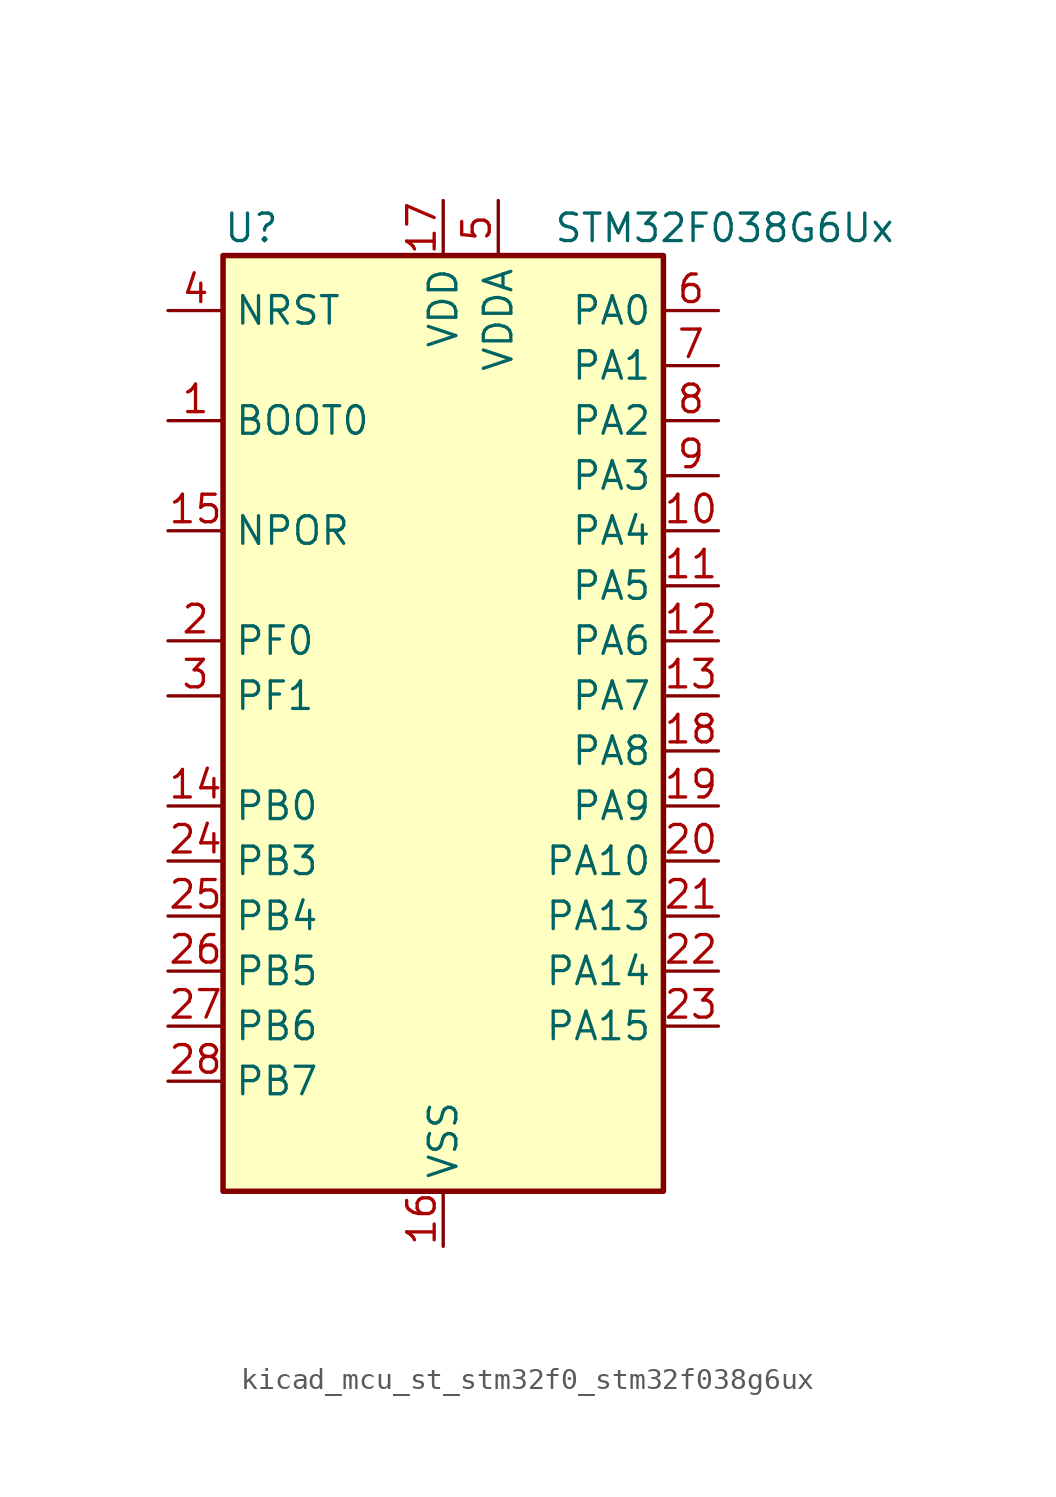
<source format=kicad_sym>
(kicad_symbol_lib
  (version 20220914)
  (generator kicad_symbol_editor)
  (symbol "kicad_mcu_st_stm32f0_stm32f038g6ux"
    (property "Reference" "U"
      (at -10.16 24.13 0)
      (effects (font (size 1.27 1.27)) (justify left)))
    (property "Value" "STM32F038G6Ux"
      (at 5.08 24.13 0)
      (effects (font (size 1.27 1.27)) (justify left)))
    (property "ki_locked" ""
      (at 0 0 0)
      (effects (font (size 1.27 1.27))))
    (symbol "kicad_mcu_st_stm32f0_stm32f038g6ux_0_1"
      (rectangle (start -10.16 -20.32) (end 10.16 22.86) (stroke (width 0.254) (type default)) (fill (type background))))
    (symbol "kicad_mcu_st_stm32f0_stm32f038g6ux_1_1"
      (pin input line (at -12.7 15.24 0) (length 2.54) (name "BOOT0" (effects (font (size 1.27 1.27)))) (number "1" (effects (font (size 1.27 1.27)))))
      (pin bidirectional line (at 12.7 10.16 180) (length 2.54) (name "PA4" (effects (font (size 1.27 1.27)))) (number "10" (effects (font (size 1.27 1.27)))) (alternate "ADC_IN4" bidirectional line) (alternate "I2S1_WS" bidirectional line) (alternate "SPI1_NSS" bidirectional line) (alternate "TIM14_CH1" bidirectional line) (alternate "USART1_CK" bidirectional line))
      (pin bidirectional line (at 12.7 7.62 180) (length 2.54) (name "PA5" (effects (font (size 1.27 1.27)))) (number "11" (effects (font (size 1.27 1.27)))) (alternate "ADC_IN5" bidirectional line) (alternate "I2S1_CK" bidirectional line) (alternate "SPI1_SCK" bidirectional line) (alternate "TIM2_CH1" bidirectional line) (alternate "TIM2_ETR" bidirectional line))
      (pin bidirectional line (at 12.7 5.08 180) (length 2.54) (name "PA6" (effects (font (size 1.27 1.27)))) (number "12" (effects (font (size 1.27 1.27)))) (alternate "ADC_IN6" bidirectional line) (alternate "I2S1_MCK" bidirectional line) (alternate "SPI1_MISO" bidirectional line) (alternate "TIM16_CH1" bidirectional line) (alternate "TIM1_BKIN" bidirectional line) (alternate "TIM3_CH1" bidirectional line))
      (pin bidirectional line (at 12.7 2.54 180) (length 2.54) (name "PA7" (effects (font (size 1.27 1.27)))) (number "13" (effects (font (size 1.27 1.27)))) (alternate "ADC_IN7" bidirectional line) (alternate "I2S1_SD" bidirectional line) (alternate "SPI1_MOSI" bidirectional line) (alternate "TIM14_CH1" bidirectional line) (alternate "TIM17_CH1" bidirectional line) (alternate "TIM1_CH1N" bidirectional line) (alternate "TIM3_CH2" bidirectional line))
      (pin bidirectional line (at -12.7 -2.54 0) (length 2.54) (name "PB0" (effects (font (size 1.27 1.27)))) (number "14" (effects (font (size 1.27 1.27)))) (alternate "ADC_IN8" bidirectional line) (alternate "TIM1_CH2N" bidirectional line) (alternate "TIM3_CH3" bidirectional line))
      (pin input line (at -12.7 10.16 0) (length 2.54) (name "NPOR" (effects (font (size 1.27 1.27)))) (number "15" (effects (font (size 1.27 1.27)))))
      (pin power_in line (at 0 -22.86 90) (length 2.54) (name "VSS" (effects (font (size 1.27 1.27)))) (number "16" (effects (font (size 1.27 1.27)))))
      (pin power_in line (at 0 25.4 270) (length 2.54) (name "VDD" (effects (font (size 1.27 1.27)))) (number "17" (effects (font (size 1.27 1.27)))))
      (pin bidirectional line (at 12.7 0 180) (length 2.54) (name "PA8" (effects (font (size 1.27 1.27)))) (number "18" (effects (font (size 1.27 1.27)))) (alternate "RCC_MCO" bidirectional line) (alternate "TIM1_CH1" bidirectional line) (alternate "USART1_CK" bidirectional line))
      (pin bidirectional line (at 12.7 -2.54 180) (length 2.54) (name "PA9" (effects (font (size 1.27 1.27)))) (number "19" (effects (font (size 1.27 1.27)))) (alternate "I2C1_SCL" bidirectional line) (alternate "TIM1_CH2" bidirectional line) (alternate "USART1_TX" bidirectional line))
      (pin bidirectional line (at -12.7 5.08 0) (length 2.54) (name "PF0" (effects (font (size 1.27 1.27)))) (number "2" (effects (font (size 1.27 1.27)))) (alternate "RCC_OSC_IN" bidirectional line))
      (pin bidirectional line (at 12.7 -5.08 180) (length 2.54) (name "PA10" (effects (font (size 1.27 1.27)))) (number "20" (effects (font (size 1.27 1.27)))) (alternate "I2C1_SDA" bidirectional line) (alternate "TIM17_BKIN" bidirectional line) (alternate "TIM1_CH3" bidirectional line) (alternate "USART1_RX" bidirectional line))
      (pin bidirectional line (at 12.7 -7.62 180) (length 2.54) (name "PA13" (effects (font (size 1.27 1.27)))) (number "21" (effects (font (size 1.27 1.27)))) (alternate "IR_OUT" bidirectional line) (alternate "SYS_SWDIO" bidirectional line))
      (pin bidirectional line (at 12.7 -10.16 180) (length 2.54) (name "PA14" (effects (font (size 1.27 1.27)))) (number "22" (effects (font (size 1.27 1.27)))) (alternate "SYS_SWCLK" bidirectional line) (alternate "USART1_TX" bidirectional line))
      (pin bidirectional line (at 12.7 -12.7 180) (length 2.54) (name "PA15" (effects (font (size 1.27 1.27)))) (number "23" (effects (font (size 1.27 1.27)))) (alternate "I2S1_WS" bidirectional line) (alternate "SPI1_NSS" bidirectional line) (alternate "TIM2_CH1" bidirectional line) (alternate "TIM2_ETR" bidirectional line) (alternate "USART1_RX" bidirectional line))
      (pin bidirectional line (at -12.7 -5.08 0) (length 2.54) (name "PB3" (effects (font (size 1.27 1.27)))) (number "24" (effects (font (size 1.27 1.27)))) (alternate "I2S1_CK" bidirectional line) (alternate "SPI1_SCK" bidirectional line) (alternate "TIM2_CH2" bidirectional line))
      (pin bidirectional line (at -12.7 -7.62 0) (length 2.54) (name "PB4" (effects (font (size 1.27 1.27)))) (number "25" (effects (font (size 1.27 1.27)))) (alternate "I2S1_MCK" bidirectional line) (alternate "SPI1_MISO" bidirectional line) (alternate "TIM3_CH1" bidirectional line))
      (pin bidirectional line (at -12.7 -10.16 0) (length 2.54) (name "PB5" (effects (font (size 1.27 1.27)))) (number "26" (effects (font (size 1.27 1.27)))) (alternate "I2C1_SMBA" bidirectional line) (alternate "I2S1_SD" bidirectional line) (alternate "SPI1_MOSI" bidirectional line) (alternate "TIM16_BKIN" bidirectional line) (alternate "TIM3_CH2" bidirectional line))
      (pin bidirectional line (at -12.7 -12.7 0) (length 2.54) (name "PB6" (effects (font (size 1.27 1.27)))) (number "27" (effects (font (size 1.27 1.27)))) (alternate "I2C1_SCL" bidirectional line) (alternate "TIM16_CH1N" bidirectional line) (alternate "USART1_TX" bidirectional line))
      (pin bidirectional line (at -12.7 -15.24 0) (length 2.54) (name "PB7" (effects (font (size 1.27 1.27)))) (number "28" (effects (font (size 1.27 1.27)))) (alternate "I2C1_SDA" bidirectional line) (alternate "TIM17_CH1N" bidirectional line) (alternate "USART1_RX" bidirectional line))
      (pin bidirectional line (at -12.7 2.54 0) (length 2.54) (name "PF1" (effects (font (size 1.27 1.27)))) (number "3" (effects (font (size 1.27 1.27)))) (alternate "RCC_OSC_OUT" bidirectional line))
      (pin input line (at -12.7 20.32 0) (length 2.54) (name "NRST" (effects (font (size 1.27 1.27)))) (number "4" (effects (font (size 1.27 1.27)))))
      (pin power_in line (at 2.54 25.4 270) (length 2.54) (name "VDDA" (effects (font (size 1.27 1.27)))) (number "5" (effects (font (size 1.27 1.27)))))
      (pin bidirectional line (at 12.7 20.32 180) (length 2.54) (name "PA0" (effects (font (size 1.27 1.27)))) (number "6" (effects (font (size 1.27 1.27)))) (alternate "ADC_IN0" bidirectional line) (alternate "RTC_TAMP2" bidirectional line) (alternate "SYS_WKUP1" bidirectional line) (alternate "TIM2_CH1" bidirectional line) (alternate "TIM2_ETR" bidirectional line) (alternate "USART1_CTS" bidirectional line))
      (pin bidirectional line (at 12.7 17.78 180) (length 2.54) (name "PA1" (effects (font (size 1.27 1.27)))) (number "7" (effects (font (size 1.27 1.27)))) (alternate "ADC_IN1" bidirectional line) (alternate "TIM2_CH2" bidirectional line) (alternate "USART1_DE" bidirectional line) (alternate "USART1_RTS" bidirectional line))
      (pin bidirectional line (at 12.7 15.24 180) (length 2.54) (name "PA2" (effects (font (size 1.27 1.27)))) (number "8" (effects (font (size 1.27 1.27)))) (alternate "ADC_IN2" bidirectional line) (alternate "TIM2_CH3" bidirectional line) (alternate "USART1_TX" bidirectional line))
      (pin bidirectional line (at 12.7 12.7 180) (length 2.54) (name "PA3" (effects (font (size 1.27 1.27)))) (number "9" (effects (font (size 1.27 1.27)))) (alternate "ADC_IN3" bidirectional line) (alternate "TIM2_CH4" bidirectional line) (alternate "USART1_RX" bidirectional line)))))
</source>
